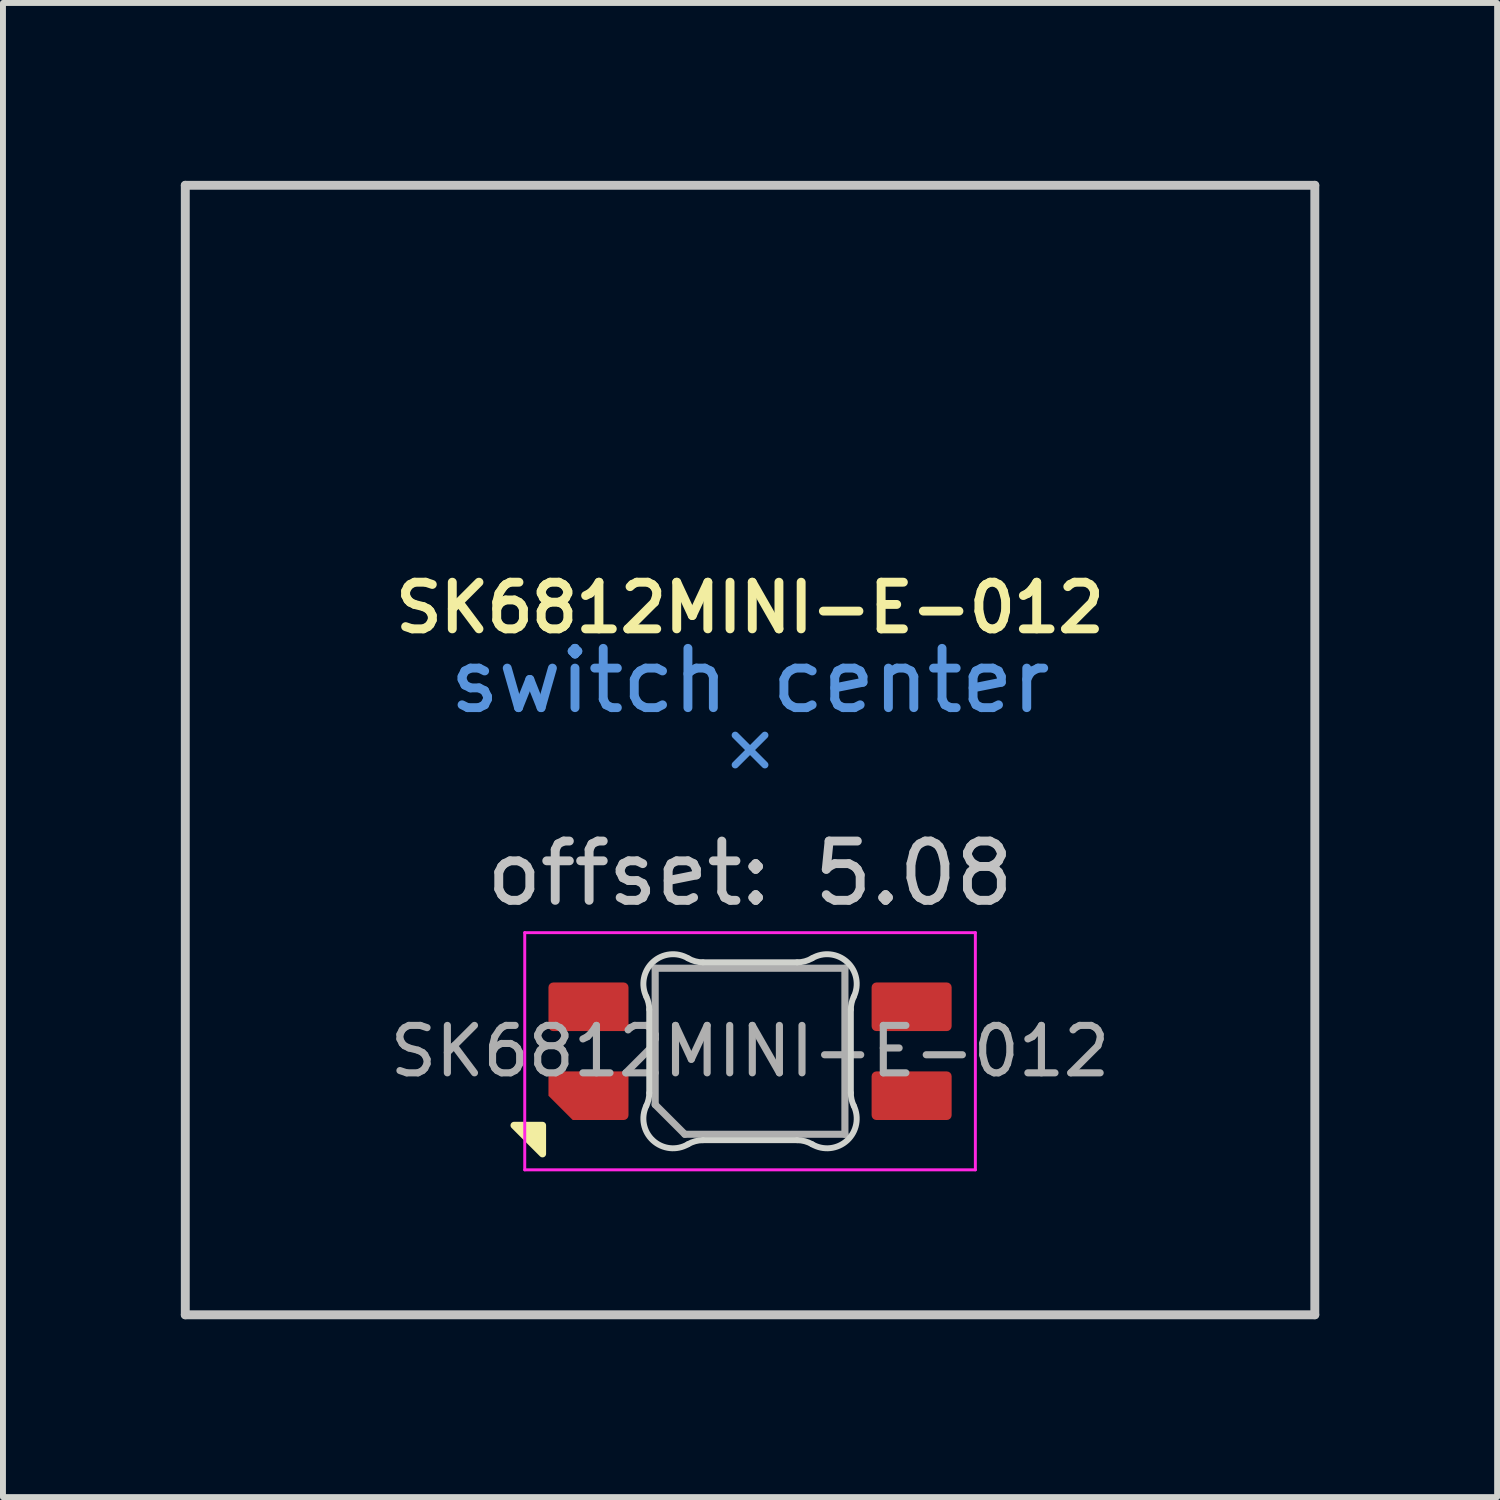
<source format=kicad_pcb>
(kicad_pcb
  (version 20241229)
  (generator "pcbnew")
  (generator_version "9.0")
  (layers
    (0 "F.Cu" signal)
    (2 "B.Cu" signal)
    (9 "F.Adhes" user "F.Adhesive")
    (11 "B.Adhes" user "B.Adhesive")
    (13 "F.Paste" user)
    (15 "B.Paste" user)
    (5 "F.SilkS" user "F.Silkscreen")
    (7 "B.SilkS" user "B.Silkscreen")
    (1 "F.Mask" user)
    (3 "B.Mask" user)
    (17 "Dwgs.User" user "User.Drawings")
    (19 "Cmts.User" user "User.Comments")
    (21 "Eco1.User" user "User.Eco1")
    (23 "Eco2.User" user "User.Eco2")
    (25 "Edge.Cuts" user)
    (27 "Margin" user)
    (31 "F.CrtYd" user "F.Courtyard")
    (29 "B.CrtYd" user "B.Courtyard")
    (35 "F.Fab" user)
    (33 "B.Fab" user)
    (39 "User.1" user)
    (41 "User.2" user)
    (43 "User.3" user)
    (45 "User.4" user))
  (footprint "SK6812MINI-E-012"
    (layer "F.Cu")
    (at 9.6 9.7)
    (property "Reference" "SK6812MINI-E-012" (at 0 -2.5 0) (layer "F.SilkS") (effects (font (size 0.787 0.787) (thickness 0.15))))
    (attr smd)
    (fp_poly (pts (xy -3.5 6.23) (xy -3.5 6.71) (xy -3.98 6.23) (xy -3.5 6.23)) (stroke (width 0.12) (type solid)) (fill yes) (layer "F.SilkS"))
    (fp_line (start -9.525 -9.625) (end -9.525 9.425) (stroke (width 0.15) (type solid)) (layer "Dwgs.User"))
    (fp_line (start -9.525 9.425) (end 9.525 9.425) (stroke (width 0.15) (type solid)) (layer "Dwgs.User"))
    (fp_line (start 9.525 -9.625) (end -9.525 -9.625) (stroke (width 0.15) (type solid)) (layer "Dwgs.User"))
    (fp_line (start 9.525 9.425) (end 9.525 -9.625) (stroke (width 0.15) (type solid)) (layer "Dwgs.User"))
    (fp_line (start -0.25 0.15) (end 0 -0.1) (stroke (width 0.12) (type solid)) (layer "Cmts.User"))
    (fp_line (start 0 -0.1) (end -0.25 -0.35) (stroke (width 0.12) (type solid)) (layer "Cmts.User"))
    (fp_line (start 0 -0.1) (end 0.25 -0.35) (stroke (width 0.12) (type solid)) (layer "Cmts.User"))
    (fp_line (start 0.25 0.15) (end 0 -0.1) (stroke (width 0.12) (type solid)) (layer "Cmts.User"))
    (fp_line (start -1.7 4.277) (end -1.7 5.683) (stroke (width 0.1) (type solid)) (layer "Edge.Cuts"))
    (fp_line (start -0.794 6.48) (end 0.794 6.48) (stroke (width 0.1) (type solid)) (layer "Edge.Cuts"))
    (fp_line (start 0.794 3.48) (end -0.794 3.48) (stroke (width 0.1) (type solid)) (layer "Edge.Cuts"))
    (fp_line (start 1.7 5.683) (end 1.7 4.277) (stroke (width 0.1) (type solid)) (layer "Edge.Cuts"))
    (fp_arc (start -1.749484 4.060279) (mid -1.712527 4.165931) (end -1.699999 4.277156) (stroke (width 0.1) (type solid)) (layer "Edge.Cuts"))
    (fp_arc (start -1.749484 4.060279) (mid -1.638071 3.475965) (end -1.046711 3.411701) (stroke (width 0.1) (type solid)) (layer "Edge.Cuts"))
    (fp_arc (start -1.699999 5.682841) (mid -1.712527 5.794067) (end -1.749484 5.899719) (stroke (width 0.1) (type solid)) (layer "Edge.Cuts"))
    (fp_arc (start -1.046711 6.548298) (mid -1.638072 6.484034) (end -1.749484 5.899718) (stroke (width 0.1) (type solid)) (layer "Edge.Cuts"))
    (fp_arc (start -1.046711 6.548298) (mid -0.925123 6.497376) (end -0.794452 6.479999) (stroke (width 0.1) (type solid)) (layer "Edge.Cuts"))
    (fp_arc (start -0.794453 3.48) (mid -0.925123 3.462623) (end -1.046711 3.411701) (stroke (width 0.1) (type solid)) (layer "Edge.Cuts"))
    (fp_arc (start 0.794452 6.479999) (mid 0.925122 6.497376) (end 1.04671 6.548298) (stroke (width 0.1) (type solid)) (layer "Edge.Cuts"))
    (fp_arc (start 1.046711 3.4117) (mid 0.925123 3.462622) (end 0.794453 3.479999) (stroke (width 0.1) (type solid)) (layer "Edge.Cuts"))
    (fp_arc (start 1.046711 3.4117) (mid 1.638072 3.475964) (end 1.749484 4.060279) (stroke (width 0.1) (type solid)) (layer "Edge.Cuts"))
    (fp_arc (start 1.699999 4.277157) (mid 1.712528 4.165931) (end 1.749484 4.060279) (stroke (width 0.1) (type solid)) (layer "Edge.Cuts"))
    (fp_arc (start 1.749484 5.899719) (mid 1.63807 6.484033) (end 1.046711 6.548296) (stroke (width 0.1) (type solid)) (layer "Edge.Cuts"))
    (fp_arc (start 1.749484 5.899719) (mid 1.712519 5.794069) (end 1.699999 5.682842) (stroke (width 0.1) (type solid)) (layer "Edge.Cuts"))
    (fp_line (start -3.8 2.98) (end 3.8 2.98) (stroke (width 0.05) (type solid)) (layer "F.CrtYd"))
    (fp_line (start -3.8 6.98) (end -3.8 2.98) (stroke (width 0.05) (type solid)) (layer "F.CrtYd"))
    (fp_line (start 3.8 2.98) (end 3.8 6.98) (stroke (width 0.05) (type solid)) (layer "F.CrtYd"))
    (fp_line (start 3.8 6.98) (end -3.8 6.98) (stroke (width 0.05) (type solid)) (layer "F.CrtYd"))
    (fp_line (start -1.6 3.58) (end 1.6 3.58) (stroke (width 0.12) (type solid)) (layer "F.Fab"))
    (fp_line (start -1.6 5.88) (end -1.6 3.58) (stroke (width 0.12) (type solid)) (layer "F.Fab"))
    (fp_line (start -1.6 5.88) (end -1.1 6.38) (stroke (width 0.12) (type solid)) (layer "F.Fab"))
    (fp_line (start 1.6 3.58) (end 1.6 6.38) (stroke (width 0.12) (type solid)) (layer "F.Fab"))
    (fp_line (start 1.6 6.38) (end -1.1 6.38) (stroke (width 0.12) (type solid)) (layer "F.Fab"))
    (fp_text user "offset: 5.08" (at 0 1.98 0) (layer "Dwgs.User") (effects (font (size 1 1) (thickness 0.15))))
    (fp_text user "switch center" (at 0 -1.27 0) (layer "Cmts.User") (effects (font (size 1 1) (thickness 0.15))))
    (fp_text user "${REFERENCE}" (at 0 4.98 0) (layer "F.Fab") (effects (font (size 0.8 0.8) (thickness 0.12))))
    (pad "1" smd roundrect (at -2.725 5.73 90) (size 0.82 1.35) (layers "F.Cu" "F.Mask" "F.Paste") (roundrect_rratio 0.1) (chamfer_ratio 0.5) (chamfer top_left))
    (pad "2" smd roundrect (at -2.725 4.23 90) (size 0.82 1.35) (layers "F.Cu" "F.Mask" "F.Paste") (roundrect_rratio 0.1))
    (pad "3" smd roundrect (at 2.725 4.23 90) (size 0.82 1.35) (layers "F.Cu" "F.Mask" "F.Paste") (roundrect_rratio 0.1))
    (pad "4" smd roundrect (at 2.725 5.73 90) (size 0.82 1.35) (layers "F.Cu" "F.Mask" "F.Paste") (roundrect_rratio 0.1)))
  (gr_rect
    (start -3 -3)
    (end 22.2 22.2)
    (stroke (width 0.1) (type default))
    (fill no)
    (layer "Edge.Cuts")))
</source>
